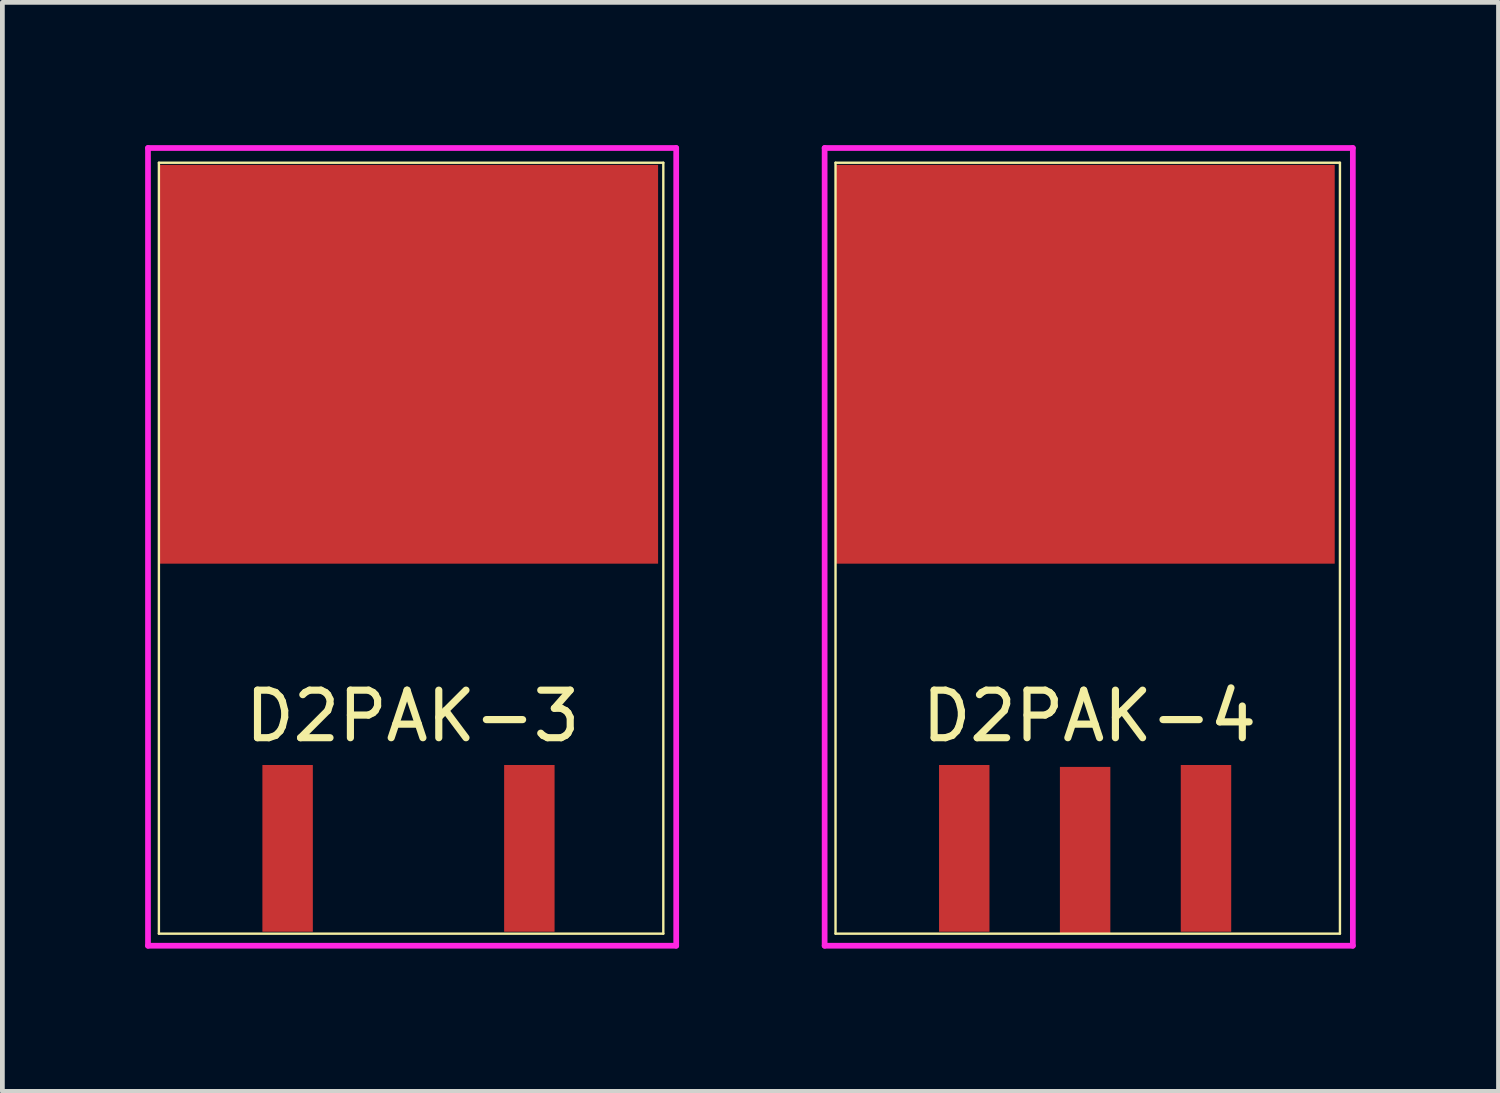
<source format=kicad_pcb>
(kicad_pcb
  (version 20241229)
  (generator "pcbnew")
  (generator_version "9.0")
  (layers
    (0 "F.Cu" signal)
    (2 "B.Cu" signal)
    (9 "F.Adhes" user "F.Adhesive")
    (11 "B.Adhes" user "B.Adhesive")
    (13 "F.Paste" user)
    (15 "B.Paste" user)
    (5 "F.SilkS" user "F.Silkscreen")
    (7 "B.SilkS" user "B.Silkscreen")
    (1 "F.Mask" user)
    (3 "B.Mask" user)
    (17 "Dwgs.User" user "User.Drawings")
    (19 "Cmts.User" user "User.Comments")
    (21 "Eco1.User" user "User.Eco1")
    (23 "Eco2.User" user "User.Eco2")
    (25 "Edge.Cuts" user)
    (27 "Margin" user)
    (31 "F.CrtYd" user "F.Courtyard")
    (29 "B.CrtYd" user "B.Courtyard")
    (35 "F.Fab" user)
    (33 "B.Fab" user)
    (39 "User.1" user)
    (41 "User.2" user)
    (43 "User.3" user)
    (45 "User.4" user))
  (footprint "D2PAK-4"
    (layer "F.Cu")
    (at 14.508 16.57)
    (property "Reference" "D2PAK-4" (at 5.334 -4.572 0) (layer "F.SilkS") (effects (font (size 1 1) (thickness 0.15))))
    (attr through_hole)
    (fp_line (start 0 -16.2) (end 10.6 -16.2) (stroke (width 0.05) (type solid)) (layer "F.SilkS"))
    (fp_line (start 0 0) (end 0 -16.2) (stroke (width 0.05) (type solid)) (layer "F.SilkS"))
    (fp_line (start 0 0) (end 10.6 0) (stroke (width 0.05) (type solid)) (layer "F.SilkS"))
    (fp_line (start 10.6 0) (end 10.6 -16.2) (stroke (width 0.05) (type solid)) (layer "F.SilkS"))
    (fp_line (start -0.229 -16.51) (end 10.871 -16.51) (stroke (width 0.12) (type solid)) (layer "F.CrtYd"))
    (fp_line (start -0.229 0.254) (end -0.229 -16.51) (stroke (width 0.12) (type solid)) (layer "F.CrtYd"))
    (fp_line (start 10.871 -16.51) (end 10.871 0.254) (stroke (width 0.12) (type solid)) (layer "F.CrtYd"))
    (fp_line (start 10.871 0.254) (end -0.229 0.254) (stroke (width 0.12) (type solid)) (layer "F.CrtYd"))
    (pad "1" smd rect (at 2.705 -1.792) (size 1.06 3.504) (layers "F.Cu" "F.Mask" "F.Paste"))
    (pad "2" smd rect (at 5.245 -11.965) (size 10.49 8.38) (layers "F.Cu" "F.Mask" "F.Paste"))
    (pad "3" smd rect (at 7.785 -1.792) (size 1.06 3.504) (layers "F.Cu" "F.Mask" "F.Paste"))
    (pad "4" smd rect (at 5.245 -1.752) (size 1.06 3.504) (layers "F.Cu" "F.Mask" "F.Paste")))
  (footprint "D2PAK-3"
    (layer "F.Cu")
    (at 0.289 16.57)
    (property "Reference" "D2PAK-3" (at 5.334 -4.572 0) (layer "F.SilkS") (effects (font (size 1 1) (thickness 0.15))))
    (attr through_hole)
    (fp_line (start 0 -16.2) (end 10.6 -16.2) (stroke (width 0.05) (type solid)) (layer "F.SilkS"))
    (fp_line (start 0 0) (end 0 -16.2) (stroke (width 0.05) (type solid)) (layer "F.SilkS"))
    (fp_line (start 0 0) (end 10.6 0) (stroke (width 0.05) (type solid)) (layer "F.SilkS"))
    (fp_line (start 10.6 0) (end 10.6 -16.2) (stroke (width 0.05) (type solid)) (layer "F.SilkS"))
    (fp_line (start -0.229 -16.51) (end 10.871 -16.51) (stroke (width 0.12) (type solid)) (layer "F.CrtYd"))
    (fp_line (start -0.229 0.254) (end -0.229 -16.51) (stroke (width 0.12) (type solid)) (layer "F.CrtYd"))
    (fp_line (start 10.871 -16.51) (end 10.871 0.254) (stroke (width 0.12) (type solid)) (layer "F.CrtYd"))
    (fp_line (start 10.871 0.254) (end -0.229 0.254) (stroke (width 0.12) (type solid)) (layer "F.CrtYd"))
    (pad "1" smd rect (at 2.705 -1.792) (size 1.06 3.504) (layers "F.Cu" "F.Mask" "F.Paste"))
    (pad "2" smd rect (at 5.245 -11.965) (size 10.49 8.38) (layers "F.Cu" "F.Mask" "F.Paste"))
    (pad "3" smd rect (at 7.785 -1.792) (size 1.06 3.504) (layers "F.Cu" "F.Mask" "F.Paste")))
  (gr_rect
    (start -3 -3)
    (end 28.44 19.884)
    (stroke (width 0.1) (type default))
    (fill no)
    (layer "Edge.Cuts")))
</source>
